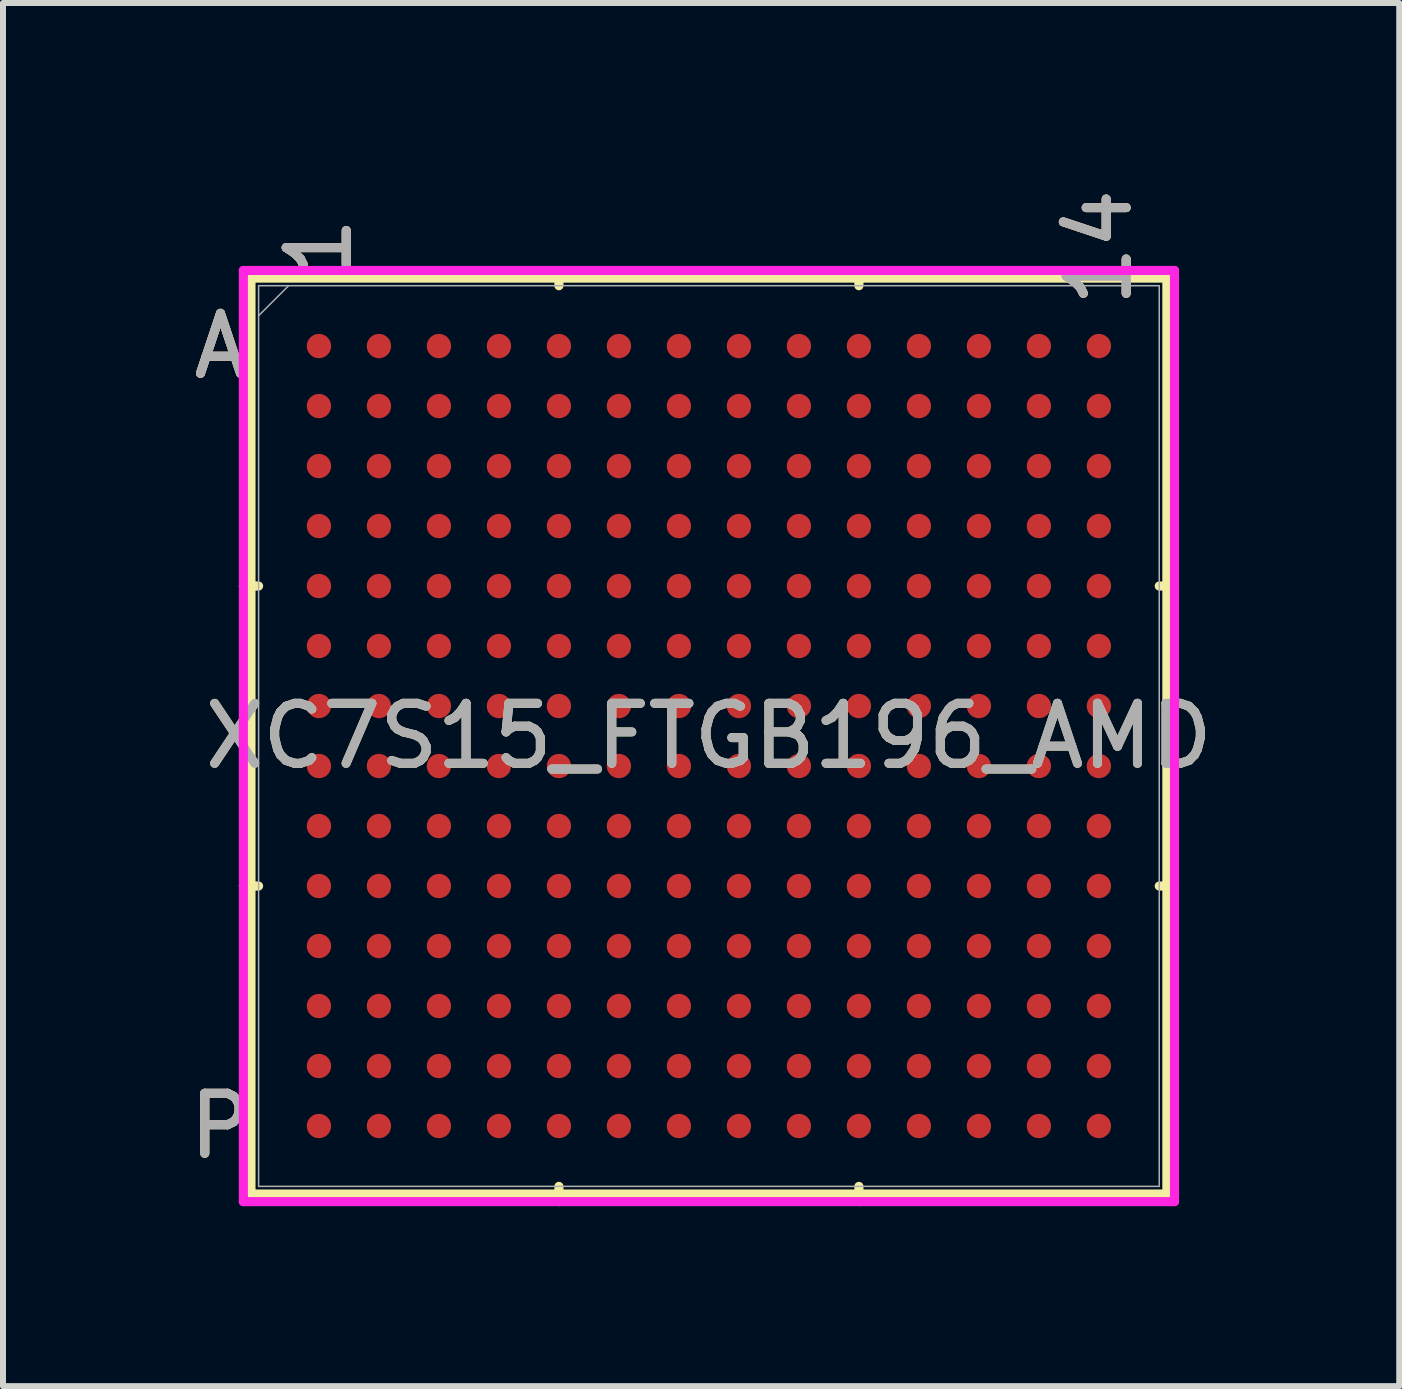
<source format=kicad_pcb>
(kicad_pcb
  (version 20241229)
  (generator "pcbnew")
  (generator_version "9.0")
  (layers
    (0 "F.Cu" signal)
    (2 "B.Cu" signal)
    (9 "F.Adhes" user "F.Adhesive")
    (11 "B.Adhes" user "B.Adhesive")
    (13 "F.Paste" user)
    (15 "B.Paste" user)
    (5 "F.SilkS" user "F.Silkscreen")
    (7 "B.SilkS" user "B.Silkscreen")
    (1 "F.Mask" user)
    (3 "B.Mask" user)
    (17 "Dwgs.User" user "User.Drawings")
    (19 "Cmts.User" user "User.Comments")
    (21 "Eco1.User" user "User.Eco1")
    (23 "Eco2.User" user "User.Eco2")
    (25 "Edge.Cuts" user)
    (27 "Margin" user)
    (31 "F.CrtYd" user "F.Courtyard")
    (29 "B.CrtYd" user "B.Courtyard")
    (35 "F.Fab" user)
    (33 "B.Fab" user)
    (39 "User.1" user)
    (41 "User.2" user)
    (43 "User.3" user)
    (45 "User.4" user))
  (footprint "XC7S15_FTGB196_AMD"
    (layer "F.Cu")
    (at 8.766 9.218)
    (property "Reference" "XC7S15_FTGB196_AMD" (at 0 0 0) (unlocked yes) (layer "F.SilkS") (effects (font (size 1 1) (thickness 0.15))))
    (attr smd)
    (fp_line (start -7.633 -7.633) (end -7.633 7.633) (stroke (width 0.152) (type solid)) (layer "F.SilkS"))
    (fp_line (start -7.633 7.633) (end 7.633 7.633) (stroke (width 0.152) (type solid)) (layer "F.SilkS"))
    (fp_line (start -7.506 -2.5) (end -7.76 -2.5) (stroke (width 0.152) (type solid)) (layer "F.SilkS"))
    (fp_line (start -7.506 2.5) (end -7.76 2.5) (stroke (width 0.152) (type solid)) (layer "F.SilkS"))
    (fp_line (start -2.5 -7.506) (end -2.5 -7.76) (stroke (width 0.152) (type solid)) (layer "F.SilkS"))
    (fp_line (start -2.5 7.506) (end -2.5 7.76) (stroke (width 0.152) (type solid)) (layer "F.SilkS"))
    (fp_line (start 2.5 -7.506) (end 2.5 -7.76) (stroke (width 0.152) (type solid)) (layer "F.SilkS"))
    (fp_line (start 2.5 7.506) (end 2.5 7.76) (stroke (width 0.152) (type solid)) (layer "F.SilkS"))
    (fp_line (start 7.506 -2.5) (end 7.76 -2.5) (stroke (width 0.152) (type solid)) (layer "F.SilkS"))
    (fp_line (start 7.506 2.5) (end 7.76 2.5) (stroke (width 0.152) (type solid)) (layer "F.SilkS"))
    (fp_line (start 7.633 -7.633) (end -7.633 -7.633) (stroke (width 0.152) (type solid)) (layer "F.SilkS"))
    (fp_line (start 7.633 7.633) (end 7.633 -7.633) (stroke (width 0.152) (type solid)) (layer "F.SilkS"))
    (fp_poly (pts (xy -7.508 -7.508) (xy 7.508 -7.508) (xy 7.508 7.508) (xy -7.508 7.508)) (stroke (width 0.1) (type solid)) (fill no) (layer "Eco2.User"))
    (fp_line (start -7.76 -7.76) (end 7.76 -7.76) (stroke (width 0.152) (type solid)) (layer "F.CrtYd"))
    (fp_line (start -7.76 7.76) (end -7.76 -7.76) (stroke (width 0.152) (type solid)) (layer "F.CrtYd"))
    (fp_line (start 7.76 -7.76) (end 7.76 7.76) (stroke (width 0.152) (type solid)) (layer "F.CrtYd"))
    (fp_line (start 7.76 7.76) (end -7.76 7.76) (stroke (width 0.152) (type solid)) (layer "F.CrtYd"))
    (fp_line (start -7.506 -7.506) (end -7.506 7.506) (stroke (width 0.025) (type solid)) (layer "F.Fab"))
    (fp_line (start -7.506 7.506) (end 7.506 7.506) (stroke (width 0.025) (type solid)) (layer "F.Fab"))
    (fp_line (start -7.006 -7.506) (end -7.506 -7.006) (stroke (width 0.025) (type solid)) (layer "F.Fab"))
    (fp_line (start 7.506 -7.506) (end -7.506 -7.506) (stroke (width 0.025) (type solid)) (layer "F.Fab"))
    (fp_line (start 7.506 7.506) (end 7.506 -7.506) (stroke (width 0.025) (type solid)) (layer "F.Fab"))
    (fp_text user "14" (at 6.5 -8.141 90) (unlocked yes) (layer "F.SilkS") (effects (font (size 1 1) (thickness 0.15))))
    (fp_text user "1" (at -6.5 -8.141 90) (unlocked yes) (layer "F.SilkS") (effects (font (size 1 1) (thickness 0.15))))
    (fp_text user "A" (at -8.141 -6.5 0) (unlocked yes) (layer "F.SilkS") (effects (font (size 1 1) (thickness 0.15))))
    (fp_text user "P" (at -8.141 6.5 0) (unlocked yes) (layer "F.SilkS") (effects (font (size 1 1) (thickness 0.15))))
    (fp_text user "A" (at -8.141 -6.5 0) (unlocked yes) (layer "B.SilkS") (effects (font (size 1 1) (thickness 0.15))))
    (fp_text user "1" (at -6.5 -8.141 90) (unlocked yes) (layer "B.SilkS") (effects (font (size 1 1) (thickness 0.15))))
    (fp_text user "P" (at -8.141 6.5 0) (unlocked yes) (layer "B.SilkS") (effects (font (size 1 1) (thickness 0.15))))
    (fp_text user "14" (at 6.5 -8.141 90) (unlocked yes) (layer "B.SilkS") (effects (font (size 1 1) (thickness 0.15))))
    (fp_text user "14" (at 6.5 -8.141 90) (unlocked yes) (layer "F.Fab") (effects (font (size 1 1) (thickness 0.15))))
    (fp_text user "${REFERENCE}" (at 0 0 0) (unlocked yes) (layer "F.Fab") (effects (font (size 1 1) (thickness 0.15))))
    (fp_text user "A" (at -8.141 -6.5 0) (unlocked yes) (layer "F.Fab") (effects (font (size 1 1) (thickness 0.15))))
    (fp_text user "P" (at -8.141 6.5 0) (unlocked yes) (layer "F.Fab") (effects (font (size 1 1) (thickness 0.15))))
    (fp_text user "1" (at -6.5 -8.141 90) (unlocked yes) (layer "F.Fab") (effects (font (size 1 1) (thickness 0.15))))
    (pad "A1" smd circle (at -6.5 -6.5) (size 0.406 0.406) (layers "F.Cu" "F.Mask" "F.Paste"))
    (pad "A2" smd circle (at -5.5 -6.5) (size 0.406 0.406) (layers "F.Cu" "F.Mask" "F.Paste"))
    (pad "A3" smd circle (at -4.5 -6.5) (size 0.406 0.406) (layers "F.Cu" "F.Mask" "F.Paste"))
    (pad "A4" smd circle (at -3.5 -6.5) (size 0.406 0.406) (layers "F.Cu" "F.Mask" "F.Paste"))
    (pad "A5" smd circle (at -2.5 -6.5) (size 0.406 0.406) (layers "F.Cu" "F.Mask" "F.Paste"))
    (pad "A6" smd circle (at -1.5 -6.5) (size 0.406 0.406) (layers "F.Cu" "F.Mask" "F.Paste"))
    (pad "A7" smd circle (at -0.5 -6.5) (size 0.406 0.406) (layers "F.Cu" "F.Mask" "F.Paste"))
    (pad "A8" smd circle (at 0.5 -6.5) (size 0.406 0.406) (layers "F.Cu" "F.Mask" "F.Paste"))
    (pad "A9" smd circle (at 1.5 -6.5) (size 0.406 0.406) (layers "F.Cu" "F.Mask" "F.Paste"))
    (pad "A10" smd circle (at 2.5 -6.5) (size 0.406 0.406) (layers "F.Cu" "F.Mask" "F.Paste"))
    (pad "A11" smd circle (at 3.5 -6.5) (size 0.406 0.406) (layers "F.Cu" "F.Mask" "F.Paste"))
    (pad "A12" smd circle (at 4.5 -6.5) (size 0.406 0.406) (layers "F.Cu" "F.Mask" "F.Paste"))
    (pad "A13" smd circle (at 5.5 -6.5) (size 0.406 0.406) (layers "F.Cu" "F.Mask" "F.Paste"))
    (pad "A14" smd circle (at 6.5 -6.5) (size 0.406 0.406) (layers "F.Cu" "F.Mask" "F.Paste"))
    (pad "B1" smd circle (at -6.5 -5.5) (size 0.406 0.406) (layers "F.Cu" "F.Mask" "F.Paste"))
    (pad "B2" smd circle (at -5.5 -5.5) (size 0.406 0.406) (layers "F.Cu" "F.Mask" "F.Paste"))
    (pad "B3" smd circle (at -4.5 -5.5) (size 0.406 0.406) (layers "F.Cu" "F.Mask" "F.Paste"))
    (pad "B4" smd circle (at -3.5 -5.5) (size 0.406 0.406) (layers "F.Cu" "F.Mask" "F.Paste"))
    (pad "B5" smd circle (at -2.5 -5.5) (size 0.406 0.406) (layers "F.Cu" "F.Mask" "F.Paste"))
    (pad "B6" smd circle (at -1.5 -5.5) (size 0.406 0.406) (layers "F.Cu" "F.Mask" "F.Paste"))
    (pad "B7" smd circle (at -0.5 -5.5) (size 0.406 0.406) (layers "F.Cu" "F.Mask" "F.Paste"))
    (pad "B8" smd circle (at 0.5 -5.5) (size 0.406 0.406) (layers "F.Cu" "F.Mask" "F.Paste"))
    (pad "B9" smd circle (at 1.5 -5.5) (size 0.406 0.406) (layers "F.Cu" "F.Mask" "F.Paste"))
    (pad "B10" smd circle (at 2.5 -5.5) (size 0.406 0.406) (layers "F.Cu" "F.Mask" "F.Paste"))
    (pad "B11" smd circle (at 3.5 -5.5) (size 0.406 0.406) (layers "F.Cu" "F.Mask" "F.Paste"))
    (pad "B12" smd circle (at 4.5 -5.5) (size 0.406 0.406) (layers "F.Cu" "F.Mask" "F.Paste"))
    (pad "B13" smd circle (at 5.5 -5.5) (size 0.406 0.406) (layers "F.Cu" "F.Mask" "F.Paste"))
    (pad "B14" smd circle (at 6.5 -5.5) (size 0.406 0.406) (layers "F.Cu" "F.Mask" "F.Paste"))
    (pad "C1" smd circle (at -6.5 -4.5) (size 0.406 0.406) (layers "F.Cu" "F.Mask" "F.Paste"))
    (pad "C2" smd circle (at -5.5 -4.5) (size 0.406 0.406) (layers "F.Cu" "F.Mask" "F.Paste"))
    (pad "C3" smd circle (at -4.5 -4.5) (size 0.406 0.406) (layers "F.Cu" "F.Mask" "F.Paste"))
    (pad "C4" smd circle (at -3.5 -4.5) (size 0.406 0.406) (layers "F.Cu" "F.Mask" "F.Paste"))
    (pad "C5" smd circle (at -2.5 -4.5) (size 0.406 0.406) (layers "F.Cu" "F.Mask" "F.Paste"))
    (pad "C6" smd circle (at -1.5 -4.5) (size 0.406 0.406) (layers "F.Cu" "F.Mask" "F.Paste"))
    (pad "C7" smd circle (at -0.5 -4.5) (size 0.406 0.406) (layers "F.Cu" "F.Mask" "F.Paste"))
    (pad "C8" smd circle (at 0.5 -4.5) (size 0.406 0.406) (layers "F.Cu" "F.Mask" "F.Paste"))
    (pad "C9" smd circle (at 1.5 -4.5) (size 0.406 0.406) (layers "F.Cu" "F.Mask" "F.Paste"))
    (pad "C10" smd circle (at 2.5 -4.5) (size 0.406 0.406) (layers "F.Cu" "F.Mask" "F.Paste"))
    (pad "C11" smd circle (at 3.5 -4.5) (size 0.406 0.406) (layers "F.Cu" "F.Mask" "F.Paste"))
    (pad "C12" smd circle (at 4.5 -4.5) (size 0.406 0.406) (layers "F.Cu" "F.Mask" "F.Paste"))
    (pad "C13" smd circle (at 5.5 -4.5) (size 0.406 0.406) (layers "F.Cu" "F.Mask" "F.Paste"))
    (pad "C14" smd circle (at 6.5 -4.5) (size 0.406 0.406) (layers "F.Cu" "F.Mask" "F.Paste"))
    (pad "D1" smd circle (at -6.5 -3.5) (size 0.406 0.406) (layers "F.Cu" "F.Mask" "F.Paste"))
    (pad "D2" smd circle (at -5.5 -3.5) (size 0.406 0.406) (layers "F.Cu" "F.Mask" "F.Paste"))
    (pad "D3" smd circle (at -4.5 -3.5) (size 0.406 0.406) (layers "F.Cu" "F.Mask" "F.Paste"))
    (pad "D4" smd circle (at -3.5 -3.5) (size 0.406 0.406) (layers "F.Cu" "F.Mask" "F.Paste"))
    (pad "D5" smd circle (at -2.5 -3.5) (size 0.406 0.406) (layers "F.Cu" "F.Mask" "F.Paste"))
    (pad "D6" smd circle (at -1.5 -3.5) (size 0.406 0.406) (layers "F.Cu" "F.Mask" "F.Paste"))
    (pad "D7" smd circle (at -0.5 -3.5) (size 0.406 0.406) (layers "F.Cu" "F.Mask" "F.Paste"))
    (pad "D8" smd circle (at 0.5 -3.5) (size 0.406 0.406) (layers "F.Cu" "F.Mask" "F.Paste"))
    (pad "D9" smd circle (at 1.5 -3.5) (size 0.406 0.406) (layers "F.Cu" "F.Mask" "F.Paste"))
    (pad "D10" smd circle (at 2.5 -3.5) (size 0.406 0.406) (layers "F.Cu" "F.Mask" "F.Paste"))
    (pad "D11" smd circle (at 3.5 -3.5) (size 0.406 0.406) (layers "F.Cu" "F.Mask" "F.Paste"))
    (pad "D12" smd circle (at 4.5 -3.5) (size 0.406 0.406) (layers "F.Cu" "F.Mask" "F.Paste"))
    (pad "D13" smd circle (at 5.5 -3.5) (size 0.406 0.406) (layers "F.Cu" "F.Mask" "F.Paste"))
    (pad "D14" smd circle (at 6.5 -3.5) (size 0.406 0.406) (layers "F.Cu" "F.Mask" "F.Paste"))
    (pad "E1" smd circle (at -6.5 -2.5) (size 0.406 0.406) (layers "F.Cu" "F.Mask" "F.Paste"))
    (pad "E2" smd circle (at -5.5 -2.5) (size 0.406 0.406) (layers "F.Cu" "F.Mask" "F.Paste"))
    (pad "E3" smd circle (at -4.5 -2.5) (size 0.406 0.406) (layers "F.Cu" "F.Mask" "F.Paste"))
    (pad "E4" smd circle (at -3.5 -2.5) (size 0.406 0.406) (layers "F.Cu" "F.Mask" "F.Paste"))
    (pad "E5" smd circle (at -2.5 -2.5) (size 0.406 0.406) (layers "F.Cu" "F.Mask" "F.Paste"))
    (pad "E6" smd circle (at -1.5 -2.5) (size 0.406 0.406) (layers "F.Cu" "F.Mask" "F.Paste"))
    (pad "E7" smd circle (at -0.5 -2.5) (size 0.406 0.406) (layers "F.Cu" "F.Mask" "F.Paste"))
    (pad "E8" smd circle (at 0.5 -2.5) (size 0.406 0.406) (layers "F.Cu" "F.Mask" "F.Paste"))
    (pad "E9" smd circle (at 1.5 -2.5) (size 0.406 0.406) (layers "F.Cu" "F.Mask" "F.Paste"))
    (pad "E10" smd circle (at 2.5 -2.5) (size 0.406 0.406) (layers "F.Cu" "F.Mask" "F.Paste"))
    (pad "E11" smd circle (at 3.5 -2.5) (size 0.406 0.406) (layers "F.Cu" "F.Mask" "F.Paste"))
    (pad "E12" smd circle (at 4.5 -2.5) (size 0.406 0.406) (layers "F.Cu" "F.Mask" "F.Paste"))
    (pad "E13" smd circle (at 5.5 -2.5) (size 0.406 0.406) (layers "F.Cu" "F.Mask" "F.Paste"))
    (pad "E14" smd circle (at 6.5 -2.5) (size 0.406 0.406) (layers "F.Cu" "F.Mask" "F.Paste"))
    (pad "F1" smd circle (at -6.5 -1.5) (size 0.406 0.406) (layers "F.Cu" "F.Mask" "F.Paste"))
    (pad "F2" smd circle (at -5.5 -1.5) (size 0.406 0.406) (layers "F.Cu" "F.Mask" "F.Paste"))
    (pad "F3" smd circle (at -4.5 -1.5) (size 0.406 0.406) (layers "F.Cu" "F.Mask" "F.Paste"))
    (pad "F4" smd circle (at -3.5 -1.5) (size 0.406 0.406) (layers "F.Cu" "F.Mask" "F.Paste"))
    (pad "F5" smd circle (at -2.5 -1.5) (size 0.406 0.406) (layers "F.Cu" "F.Mask" "F.Paste"))
    (pad "F6" smd circle (at -1.5 -1.5) (size 0.406 0.406) (layers "F.Cu" "F.Mask" "F.Paste"))
    (pad "F7" smd circle (at -0.5 -1.5) (size 0.406 0.406) (layers "F.Cu" "F.Mask" "F.Paste"))
    (pad "F8" smd circle (at 0.5 -1.5) (size 0.406 0.406) (layers "F.Cu" "F.Mask" "F.Paste"))
    (pad "F9" smd circle (at 1.5 -1.5) (size 0.406 0.406) (layers "F.Cu" "F.Mask" "F.Paste"))
    (pad "F10" smd circle (at 2.5 -1.5) (size 0.406 0.406) (layers "F.Cu" "F.Mask" "F.Paste"))
    (pad "F11" smd circle (at 3.5 -1.5) (size 0.406 0.406) (layers "F.Cu" "F.Mask" "F.Paste"))
    (pad "F12" smd circle (at 4.5 -1.5) (size 0.406 0.406) (layers "F.Cu" "F.Mask" "F.Paste"))
    (pad "F13" smd circle (at 5.5 -1.5) (size 0.406 0.406) (layers "F.Cu" "F.Mask" "F.Paste"))
    (pad "F14" smd circle (at 6.5 -1.5) (size 0.406 0.406) (layers "F.Cu" "F.Mask" "F.Paste"))
    (pad "G1" smd circle (at -6.5 -0.5) (size 0.406 0.406) (layers "F.Cu" "F.Mask" "F.Paste"))
    (pad "G2" smd circle (at -5.5 -0.5) (size 0.406 0.406) (layers "F.Cu" "F.Mask" "F.Paste"))
    (pad "G3" smd circle (at -4.5 -0.5) (size 0.406 0.406) (layers "F.Cu" "F.Mask" "F.Paste"))
    (pad "G4" smd circle (at -3.5 -0.5) (size 0.406 0.406) (layers "F.Cu" "F.Mask" "F.Paste"))
    (pad "G5" smd circle (at -2.5 -0.5) (size 0.406 0.406) (layers "F.Cu" "F.Mask" "F.Paste"))
    (pad "G6" smd circle (at -1.5 -0.5) (size 0.406 0.406) (layers "F.Cu" "F.Mask" "F.Paste"))
    (pad "G7" smd circle (at -0.5 -0.5) (size 0.406 0.406) (layers "F.Cu" "F.Mask" "F.Paste"))
    (pad "G8" smd circle (at 0.5 -0.5) (size 0.406 0.406) (layers "F.Cu" "F.Mask" "F.Paste"))
    (pad "G9" smd circle (at 1.5 -0.5) (size 0.406 0.406) (layers "F.Cu" "F.Mask" "F.Paste"))
    (pad "G10" smd circle (at 2.5 -0.5) (size 0.406 0.406) (layers "F.Cu" "F.Mask" "F.Paste"))
    (pad "G11" smd circle (at 3.5 -0.5) (size 0.406 0.406) (layers "F.Cu" "F.Mask" "F.Paste"))
    (pad "G12" smd circle (at 4.5 -0.5) (size 0.406 0.406) (layers "F.Cu" "F.Mask" "F.Paste"))
    (pad "G13" smd circle (at 5.5 -0.5) (size 0.406 0.406) (layers "F.Cu" "F.Mask" "F.Paste"))
    (pad "G14" smd circle (at 6.5 -0.5) (size 0.406 0.406) (layers "F.Cu" "F.Mask" "F.Paste"))
    (pad "H1" smd circle (at -6.5 0.5) (size 0.406 0.406) (layers "F.Cu" "F.Mask" "F.Paste"))
    (pad "H2" smd circle (at -5.5 0.5) (size 0.406 0.406) (layers "F.Cu" "F.Mask" "F.Paste"))
    (pad "H3" smd circle (at -4.5 0.5) (size 0.406 0.406) (layers "F.Cu" "F.Mask" "F.Paste"))
    (pad "H4" smd circle (at -3.5 0.5) (size 0.406 0.406) (layers "F.Cu" "F.Mask" "F.Paste"))
    (pad "H5" smd circle (at -2.5 0.5) (size 0.406 0.406) (layers "F.Cu" "F.Mask" "F.Paste"))
    (pad "H6" smd circle (at -1.5 0.5) (size 0.406 0.406) (layers "F.Cu" "F.Mask" "F.Paste"))
    (pad "H7" smd circle (at -0.5 0.5) (size 0.406 0.406) (layers "F.Cu" "F.Mask" "F.Paste"))
    (pad "H8" smd circle (at 0.5 0.5) (size 0.406 0.406) (layers "F.Cu" "F.Mask" "F.Paste"))
    (pad "H9" smd circle (at 1.5 0.5) (size 0.406 0.406) (layers "F.Cu" "F.Mask" "F.Paste"))
    (pad "H10" smd circle (at 2.5 0.5) (size 0.406 0.406) (layers "F.Cu" "F.Mask" "F.Paste"))
    (pad "H11" smd circle (at 3.5 0.5) (size 0.406 0.406) (layers "F.Cu" "F.Mask" "F.Paste"))
    (pad "H12" smd circle (at 4.5 0.5) (size 0.406 0.406) (layers "F.Cu" "F.Mask" "F.Paste"))
    (pad "H13" smd circle (at 5.5 0.5) (size 0.406 0.406) (layers "F.Cu" "F.Mask" "F.Paste"))
    (pad "H14" smd circle (at 6.5 0.5) (size 0.406 0.406) (layers "F.Cu" "F.Mask" "F.Paste"))
    (pad "J1" smd circle (at -6.5 1.5) (size 0.406 0.406) (layers "F.Cu" "F.Mask" "F.Paste"))
    (pad "J2" smd circle (at -5.5 1.5) (size 0.406 0.406) (layers "F.Cu" "F.Mask" "F.Paste"))
    (pad "J3" smd circle (at -4.5 1.5) (size 0.406 0.406) (layers "F.Cu" "F.Mask" "F.Paste"))
    (pad "J4" smd circle (at -3.5 1.5) (size 0.406 0.406) (layers "F.Cu" "F.Mask" "F.Paste"))
    (pad "J5" smd circle (at -2.5 1.5) (size 0.406 0.406) (layers "F.Cu" "F.Mask" "F.Paste"))
    (pad "J6" smd circle (at -1.5 1.5) (size 0.406 0.406) (layers "F.Cu" "F.Mask" "F.Paste"))
    (pad "J7" smd circle (at -0.5 1.5) (size 0.406 0.406) (layers "F.Cu" "F.Mask" "F.Paste"))
    (pad "J8" smd circle (at 0.5 1.5) (size 0.406 0.406) (layers "F.Cu" "F.Mask" "F.Paste"))
    (pad "J9" smd circle (at 1.5 1.5) (size 0.406 0.406) (layers "F.Cu" "F.Mask" "F.Paste"))
    (pad "J10" smd circle (at 2.5 1.5) (size 0.406 0.406) (layers "F.Cu" "F.Mask" "F.Paste"))
    (pad "J11" smd circle (at 3.5 1.5) (size 0.406 0.406) (layers "F.Cu" "F.Mask" "F.Paste"))
    (pad "J12" smd circle (at 4.5 1.5) (size 0.406 0.406) (layers "F.Cu" "F.Mask" "F.Paste"))
    (pad "J13" smd circle (at 5.5 1.5) (size 0.406 0.406) (layers "F.Cu" "F.Mask" "F.Paste"))
    (pad "J14" smd circle (at 6.5 1.5) (size 0.406 0.406) (layers "F.Cu" "F.Mask" "F.Paste"))
    (pad "K1" smd circle (at -6.5 2.5) (size 0.406 0.406) (layers "F.Cu" "F.Mask" "F.Paste"))
    (pad "K2" smd circle (at -5.5 2.5) (size 0.406 0.406) (layers "F.Cu" "F.Mask" "F.Paste"))
    (pad "K3" smd circle (at -4.5 2.5) (size 0.406 0.406) (layers "F.Cu" "F.Mask" "F.Paste"))
    (pad "K4" smd circle (at -3.5 2.5) (size 0.406 0.406) (layers "F.Cu" "F.Mask" "F.Paste"))
    (pad "K5" smd circle (at -2.5 2.5) (size 0.406 0.406) (layers "F.Cu" "F.Mask" "F.Paste"))
    (pad "K6" smd circle (at -1.5 2.5) (size 0.406 0.406) (layers "F.Cu" "F.Mask" "F.Paste"))
    (pad "K7" smd circle (at -0.5 2.5) (size 0.406 0.406) (layers "F.Cu" "F.Mask" "F.Paste"))
    (pad "K8" smd circle (at 0.5 2.5) (size 0.406 0.406) (layers "F.Cu" "F.Mask" "F.Paste"))
    (pad "K9" smd circle (at 1.5 2.5) (size 0.406 0.406) (layers "F.Cu" "F.Mask" "F.Paste"))
    (pad "K10" smd circle (at 2.5 2.5) (size 0.406 0.406) (layers "F.Cu" "F.Mask" "F.Paste"))
    (pad "K11" smd circle (at 3.5 2.5) (size 0.406 0.406) (layers "F.Cu" "F.Mask" "F.Paste"))
    (pad "K12" smd circle (at 4.5 2.5) (size 0.406 0.406) (layers "F.Cu" "F.Mask" "F.Paste"))
    (pad "K13" smd circle (at 5.5 2.5) (size 0.406 0.406) (layers "F.Cu" "F.Mask" "F.Paste"))
    (pad "K14" smd circle (at 6.5 2.5) (size 0.406 0.406) (layers "F.Cu" "F.Mask" "F.Paste"))
    (pad "L1" smd circle (at -6.5 3.5) (size 0.406 0.406) (layers "F.Cu" "F.Mask" "F.Paste"))
    (pad "L2" smd circle (at -5.5 3.5) (size 0.406 0.406) (layers "F.Cu" "F.Mask" "F.Paste"))
    (pad "L3" smd circle (at -4.5 3.5) (size 0.406 0.406) (layers "F.Cu" "F.Mask" "F.Paste"))
    (pad "L4" smd circle (at -3.5 3.5) (size 0.406 0.406) (layers "F.Cu" "F.Mask" "F.Paste"))
    (pad "L5" smd circle (at -2.5 3.5) (size 0.406 0.406) (layers "F.Cu" "F.Mask" "F.Paste"))
    (pad "L6" smd circle (at -1.5 3.5) (size 0.406 0.406) (layers "F.Cu" "F.Mask" "F.Paste"))
    (pad "L7" smd circle (at -0.5 3.5) (size 0.406 0.406) (layers "F.Cu" "F.Mask" "F.Paste"))
    (pad "L8" smd circle (at 0.5 3.5) (size 0.406 0.406) (layers "F.Cu" "F.Mask" "F.Paste"))
    (pad "L9" smd circle (at 1.5 3.5) (size 0.406 0.406) (layers "F.Cu" "F.Mask" "F.Paste"))
    (pad "L10" smd circle (at 2.5 3.5) (size 0.406 0.406) (layers "F.Cu" "F.Mask" "F.Paste"))
    (pad "L11" smd circle (at 3.5 3.5) (size 0.406 0.406) (layers "F.Cu" "F.Mask" "F.Paste"))
    (pad "L12" smd circle (at 4.5 3.5) (size 0.406 0.406) (layers "F.Cu" "F.Mask" "F.Paste"))
    (pad "L13" smd circle (at 5.5 3.5) (size 0.406 0.406) (layers "F.Cu" "F.Mask" "F.Paste"))
    (pad "L14" smd circle (at 6.5 3.5) (size 0.406 0.406) (layers "F.Cu" "F.Mask" "F.Paste"))
    (pad "M1" smd circle (at -6.5 4.5) (size 0.406 0.406) (layers "F.Cu" "F.Mask" "F.Paste"))
    (pad "M2" smd circle (at -5.5 4.5) (size 0.406 0.406) (layers "F.Cu" "F.Mask" "F.Paste"))
    (pad "M3" smd circle (at -4.5 4.5) (size 0.406 0.406) (layers "F.Cu" "F.Mask" "F.Paste"))
    (pad "M4" smd circle (at -3.5 4.5) (size 0.406 0.406) (layers "F.Cu" "F.Mask" "F.Paste"))
    (pad "M5" smd circle (at -2.5 4.5) (size 0.406 0.406) (layers "F.Cu" "F.Mask" "F.Paste"))
    (pad "M6" smd circle (at -1.5 4.5) (size 0.406 0.406) (layers "F.Cu" "F.Mask" "F.Paste"))
    (pad "M7" smd circle (at -0.5 4.5) (size 0.406 0.406) (layers "F.Cu" "F.Mask" "F.Paste"))
    (pad "M8" smd circle (at 0.5 4.5) (size 0.406 0.406) (layers "F.Cu" "F.Mask" "F.Paste"))
    (pad "M9" smd circle (at 1.5 4.5) (size 0.406 0.406) (layers "F.Cu" "F.Mask" "F.Paste"))
    (pad "M10" smd circle (at 2.5 4.5) (size 0.406 0.406) (layers "F.Cu" "F.Mask" "F.Paste"))
    (pad "M11" smd circle (at 3.5 4.5) (size 0.406 0.406) (layers "F.Cu" "F.Mask" "F.Paste"))
    (pad "M12" smd circle (at 4.5 4.5) (size 0.406 0.406) (layers "F.Cu" "F.Mask" "F.Paste"))
    (pad "M13" smd circle (at 5.5 4.5) (size 0.406 0.406) (layers "F.Cu" "F.Mask" "F.Paste"))
    (pad "M14" smd circle (at 6.5 4.5) (size 0.406 0.406) (layers "F.Cu" "F.Mask" "F.Paste"))
    (pad "N1" smd circle (at -6.5 5.5) (size 0.406 0.406) (layers "F.Cu" "F.Mask" "F.Paste"))
    (pad "N2" smd circle (at -5.5 5.5) (size 0.406 0.406) (layers "F.Cu" "F.Mask" "F.Paste"))
    (pad "N3" smd circle (at -4.5 5.5) (size 0.406 0.406) (layers "F.Cu" "F.Mask" "F.Paste"))
    (pad "N4" smd circle (at -3.5 5.5) (size 0.406 0.406) (layers "F.Cu" "F.Mask" "F.Paste"))
    (pad "N5" smd circle (at -2.5 5.5) (size 0.406 0.406) (layers "F.Cu" "F.Mask" "F.Paste"))
    (pad "N6" smd circle (at -1.5 5.5) (size 0.406 0.406) (layers "F.Cu" "F.Mask" "F.Paste"))
    (pad "N7" smd circle (at -0.5 5.5) (size 0.406 0.406) (layers "F.Cu" "F.Mask" "F.Paste"))
    (pad "N8" smd circle (at 0.5 5.5) (size 0.406 0.406) (layers "F.Cu" "F.Mask" "F.Paste"))
    (pad "N9" smd circle (at 1.5 5.5) (size 0.406 0.406) (layers "F.Cu" "F.Mask" "F.Paste"))
    (pad "N10" smd circle (at 2.5 5.5) (size 0.406 0.406) (layers "F.Cu" "F.Mask" "F.Paste"))
    (pad "N11" smd circle (at 3.5 5.5) (size 0.406 0.406) (layers "F.Cu" "F.Mask" "F.Paste"))
    (pad "N12" smd circle (at 4.5 5.5) (size 0.406 0.406) (layers "F.Cu" "F.Mask" "F.Paste"))
    (pad "N13" smd circle (at 5.5 5.5) (size 0.406 0.406) (layers "F.Cu" "F.Mask" "F.Paste"))
    (pad "N14" smd circle (at 6.5 5.5) (size 0.406 0.406) (layers "F.Cu" "F.Mask" "F.Paste"))
    (pad "P1" smd circle (at -6.5 6.5) (size 0.406 0.406) (layers "F.Cu" "F.Mask" "F.Paste"))
    (pad "P2" smd circle (at -5.5 6.5) (size 0.406 0.406) (layers "F.Cu" "F.Mask" "F.Paste"))
    (pad "P3" smd circle (at -4.5 6.5) (size 0.406 0.406) (layers "F.Cu" "F.Mask" "F.Paste"))
    (pad "P4" smd circle (at -3.5 6.5) (size 0.406 0.406) (layers "F.Cu" "F.Mask" "F.Paste"))
    (pad "P5" smd circle (at -2.5 6.5) (size 0.406 0.406) (layers "F.Cu" "F.Mask" "F.Paste"))
    (pad "P6" smd circle (at -1.5 6.5) (size 0.406 0.406) (layers "F.Cu" "F.Mask" "F.Paste"))
    (pad "P7" smd circle (at -0.5 6.5) (size 0.406 0.406) (layers "F.Cu" "F.Mask" "F.Paste"))
    (pad "P8" smd circle (at 0.5 6.5) (size 0.406 0.406) (layers "F.Cu" "F.Mask" "F.Paste"))
    (pad "P9" smd circle (at 1.5 6.5) (size 0.406 0.406) (layers "F.Cu" "F.Mask" "F.Paste"))
    (pad "P10" smd circle (at 2.5 6.5) (size 0.406 0.406) (layers "F.Cu" "F.Mask" "F.Paste"))
    (pad "P11" smd circle (at 3.5 6.5) (size 0.406 0.406) (layers "F.Cu" "F.Mask" "F.Paste"))
    (pad "P12" smd circle (at 4.5 6.5) (size 0.406 0.406) (layers "F.Cu" "F.Mask" "F.Paste"))
    (pad "P13" smd circle (at 5.5 6.5) (size 0.406 0.406) (layers "F.Cu" "F.Mask" "F.Paste"))
    (pad "P14" smd circle (at 6.5 6.5) (size 0.406 0.406) (layers "F.Cu" "F.Mask" "F.Paste")))
  (gr_rect
    (start -3 -3)
    (end 20.272 20.054)
    (stroke (width 0.1) (type default))
    (fill no)
    (layer "Edge.Cuts")))
</source>
